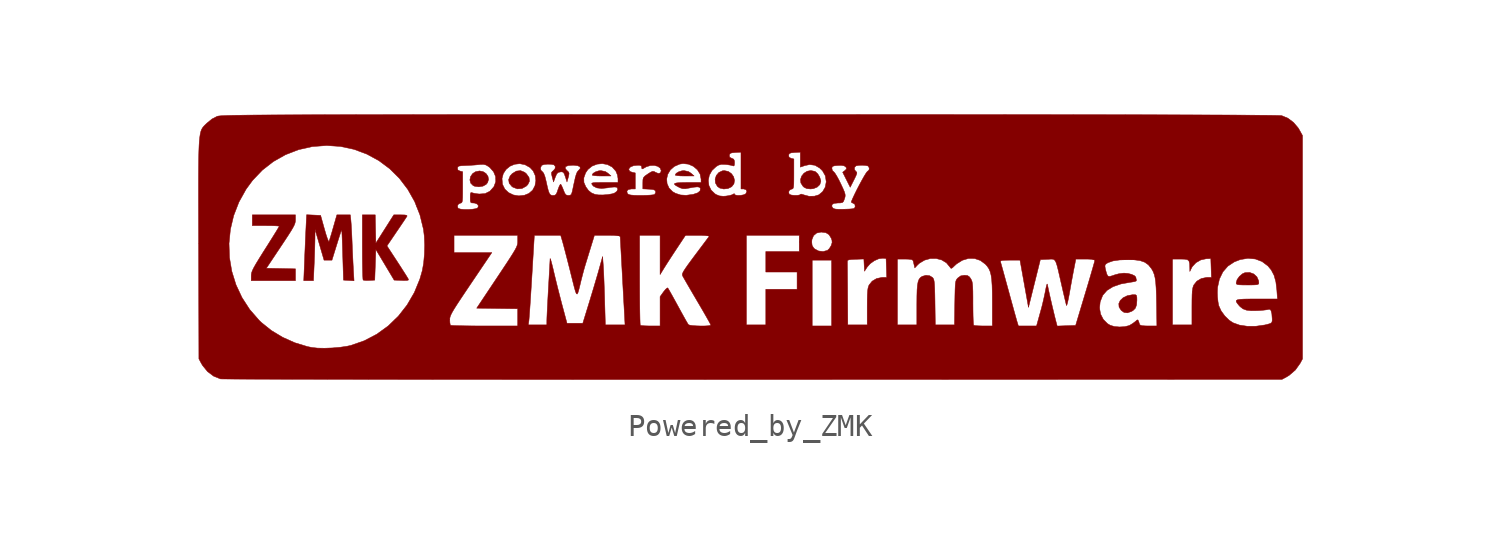
<source format=kicad_sym>
(kicad_symbol_lib
  (version 20211014)
  (generator kicad_symbol_editor)
  (symbol "Powered_by_ZMK"
    (pin_names
      (offset 1.016))
    (property "Reference" "G"
      (at 0 5.373 0)
      (effects (font (size 1.27 1.27)) hide))
    (symbol "Powered_by_ZMK_0_0"
      (polyline (pts (xy -6.326 3.227) (xy -6.463 3.348) (xy -6.578 3.425) (xy -6.782 3.468) (xy -6.883 3.458) (xy -7.027 3.412) (xy -7.137 3.345) (xy -7.18 3.27) (xy -7.172 3.261) (xy -7.092 3.242) (xy -6.945 3.229) (xy -6.753 3.225) (xy -6.326 3.227)) (stroke (width 0.01) (type default) (color 0 0 0 0)) (fill (type outline)))
      (polyline (pts (xy -2.564 3.227) (xy -2.701 3.348) (xy -2.817 3.425) (xy -3.02 3.468) (xy -3.122 3.458) (xy -3.266 3.412) (xy -3.376 3.345) (xy -3.419 3.27) (xy -3.411 3.261) (xy -3.33 3.242) (xy -3.184 3.229) (xy -2.992 3.225) (xy -2.564 3.227)) (stroke (width 0.01) (type default) (color 0 0 0 0)) (fill (type outline)))
      (polyline (pts (xy -12.124 2.765) (xy -11.983 2.842) (xy -11.917 2.921) (xy -11.87 3.067) (xy -11.897 3.211) (xy -11.983 3.334) (xy -12.115 3.421) (xy -12.278 3.454) (xy -12.459 3.418) (xy -12.588 3.336) (xy -12.684 3.2) (xy -12.716 3.047) (xy -12.679 2.901) (xy -12.568 2.79) (xy -12.489 2.757) (xy -12.308 2.735) (xy -12.124 2.765)) (stroke (width 0.01) (type default) (color 0 0 0 0)) (fill (type outline)))
      (polyline (pts (xy -10.357 2.658) (xy -10.164 2.764) (xy -10.091 2.838) (xy -10.016 2.994) (xy -10.038 3.158) (xy -10.156 3.325) (xy -10.239 3.394) (xy -10.422 3.468) (xy -10.614 3.446) (xy -10.802 3.329) (xy -10.895 3.225) (xy -10.961 3.06) (xy -10.935 2.897) (xy -10.815 2.752) (xy -10.766 2.717) (xy -10.566 2.642) (xy -10.357 2.658)) (stroke (width 0.01) (type default) (color 0 0 0 0)) (fill (type outline)))
      (polyline (pts (xy -1.03 2.656) (xy -0.861 2.739) (xy -0.861 2.739) (xy -0.759 2.872) (xy -0.733 3.029) (xy -0.773 3.189) (xy -0.871 3.33) (xy -1.014 3.43) (xy -1.195 3.468) (xy -1.281 3.459) (xy -1.442 3.384) (xy -1.556 3.251) (xy -1.611 3.085) (xy -1.598 2.91) (xy -1.506 2.751) (xy -1.4 2.677) (xy -1.222 2.636) (xy -1.03 2.656)) (stroke (width 0.01) (type default) (color 0 0 0 0)) (fill (type outline)))
      (polyline (pts (xy 17.244 -2.906) (xy 17.309 -2.868) (xy 17.416 -2.763) (xy 17.471 -2.614) (xy 17.487 -2.397) (xy 17.485 -2.281) (xy 17.471 -2.191) (xy 17.432 -2.156) (xy 17.353 -2.15) (xy 17.282 -2.152) (xy 17.05 -2.196) (xy 16.863 -2.287) (xy 16.732 -2.411) (xy 16.667 -2.556) (xy 16.679 -2.71) (xy 16.776 -2.86) (xy 16.906 -2.953) (xy 17.059 -2.972) (xy 17.244 -2.906)) (stroke (width 0.01) (type default) (color 0 0 0 0)) (fill (type outline)))
      (polyline (pts (xy 2.838 2.651) (xy 3.01 2.721) (xy 3.13 2.836) (xy 3.175 2.98) (xy 3.172 3.019) (xy 3.124 3.174) (xy 3.036 3.322) (xy 2.933 3.418) (xy 2.901 3.434) (xy 2.721 3.472) (xy 2.553 3.439) (xy 2.41 3.349) (xy 2.306 3.22) (xy 2.255 3.068) (xy 2.271 2.908) (xy 2.367 2.758) (xy 2.417 2.713) (xy 2.539 2.654) (xy 2.711 2.638) (xy 2.838 2.651)) (stroke (width 0.01) (type default) (color 0 0 0 0)) (fill (type outline)))
      (polyline (pts (xy 22.773 -1.707) (xy 22.901 -1.7) (xy 22.971 -1.683) (xy 23.001 -1.654) (xy 23.006 -1.609) (xy 22.998 -1.521) (xy 22.92 -1.342) (xy 22.778 -1.211) (xy 22.591 -1.143) (xy 22.381 -1.153) (xy 22.27 -1.201) (xy 22.128 -1.32) (xy 22.022 -1.47) (xy 21.981 -1.619) (xy 21.981 -1.623) (xy 21.991 -1.662) (xy 22.03 -1.688) (xy 22.115 -1.702) (xy 22.264 -1.708) (xy 22.494 -1.71) (xy 22.57 -1.71) (xy 22.773 -1.707)) (stroke (width 0.01) (type default) (color 0 0 0 0)) (fill (type outline)))
      (polyline (pts (xy -20.613 -0.98) (xy -21.273 -0.966) (xy -21.932 -0.953) (xy -21.273 0.036) (xy -21.118 0.269) (xy -20.946 0.531) (xy -20.817 0.733) (xy -20.727 0.886) (xy -20.667 1.002) (xy -20.633 1.093) (xy -20.617 1.17) (xy -20.613 1.245) (xy -20.613 1.465) (xy -22.567 1.465) (xy -22.567 0.977) (xy -21.93 0.977) (xy -21.702 0.975) (xy -21.517 0.969) (xy -21.392 0.961) (xy -21.346 0.952) (xy -21.359 0.926) (xy -21.417 0.828) (xy -21.515 0.667) (xy -21.647 0.455) (xy -21.804 0.204) (xy -21.981 -0.075) (xy -22.096 -0.257) (xy -22.271 -0.537) (xy -22.402 -0.753) (xy -22.495 -0.917) (xy -22.557 -1.042) (xy -22.594 -1.139) (xy -22.611 -1.219) (xy -22.616 -1.296) (xy -22.616 -1.514) (xy -20.613 -1.514) (xy -20.613 -0.98)) (stroke (width 0.01) (type default) (color 0 0 0 0)) (fill (type outline)))
      (polyline (pts (xy -15.575 -1.506) (xy -15.505 -1.489) (xy -15.496 -1.456) (xy -15.522 -1.409) (xy -15.594 -1.291) (xy -15.704 -1.118) (xy -15.84 -0.905) (xy -15.995 -0.666) (xy -16.47 0.06) (xy -16.034 0.702) (xy -15.944 0.834) (xy -15.802 1.044) (xy -15.684 1.219) (xy -15.601 1.345) (xy -15.563 1.404) (xy -15.558 1.414) (xy -15.578 1.445) (xy -15.669 1.461) (xy -15.844 1.465) (xy -16.161 1.465) (xy -16.567 0.825) (xy -16.974 0.185) (xy -16.988 0.825) (xy -17.001 1.465) (xy -17.585 1.465) (xy -17.585 0.008) (xy -17.584 -0.116) (xy -17.583 -0.475) (xy -17.579 -0.798) (xy -17.573 -1.073) (xy -17.567 -1.287) (xy -17.559 -1.428) (xy -17.55 -1.484) (xy -17.522 -1.495) (xy -17.417 -1.506) (xy -17.269 -1.504) (xy -17.023 -1.49) (xy -16.998 -0.797) (xy -16.974 -0.104) (xy -16.559 -0.797) (xy -16.144 -1.49) (xy -15.808 -1.504) (xy -15.721 -1.508) (xy -15.575 -1.506)) (stroke (width 0.01) (type default) (color 0 0 0 0)) (fill (type outline)))
      (polyline (pts (xy -17.992 -0.992) (xy -17.992 -0.983) (xy -18.006 -0.722) (xy -18.021 -0.404) (xy -18.037 -0.069) (xy -18.049 0.244) (xy -18.052 0.312) (xy -18.064 0.59) (xy -18.078 0.85) (xy -18.091 1.065) (xy -18.103 1.209) (xy -18.129 1.465) (xy -18.738 1.465) (xy -18.902 0.891) (xy -18.903 0.889) (xy -18.968 0.662) (xy -19.027 0.467) (xy -19.072 0.325) (xy -19.096 0.257) (xy -19.1 0.254) (xy -19.129 0.297) (xy -19.176 0.416) (xy -19.235 0.595) (xy -19.3 0.819) (xy -19.474 1.441) (xy -20.109 1.47) (xy -20.14 0.82) (xy -20.145 0.717) (xy -20.16 0.402) (xy -20.175 0.041) (xy -20.191 -0.329) (xy -20.204 -0.672) (xy -20.238 -1.514) (xy -19.798 -1.514) (xy -19.766 -0.774) (xy -19.763 -0.706) (xy -19.751 -0.399) (xy -19.741 -0.093) (xy -19.734 0.179) (xy -19.73 0.386) (xy -19.727 0.806) (xy -19.523 0.11) (xy -19.319 -0.586) (xy -19.14 -0.586) (xy -18.961 -0.586) (xy -18.783 -0.012) (xy -18.712 0.216) (xy -18.646 0.427) (xy -18.593 0.59) (xy -18.563 0.684) (xy -18.533 0.764) (xy -18.519 0.758) (xy -18.51 0.659) (xy -18.509 0.65) (xy -18.504 0.542) (xy -18.497 0.356) (xy -18.488 0.112) (xy -18.479 -0.176) (xy -18.469 -0.488) (xy -18.439 -1.49) (xy -18.2 -1.505) (xy -17.961 -1.52) (xy -17.992 -0.992)) (stroke (width 0.01) (type default) (color 0 0 0 0)) (fill (type outline)))
      (polyline (pts (xy -2.931 -5.992) (xy -1.429 -5.991) (xy 0.098 -5.991) (xy 24.057 -5.984) (xy 24.259 -5.876) (xy 24.379 -5.803) (xy 24.662 -5.56) (xy 24.877 -5.258) (xy 24.985 -5.056) (xy 24.985 5.056) (xy 24.838 5.32) (xy 24.787 5.404) (xy 24.578 5.65) (xy 24.323 5.841) (xy 24.047 5.956) (xy 23.997 5.96) (xy 23.869 5.965) (xy 23.665 5.969) (xy 23.384 5.973) (xy 23.023 5.976) (xy 22.583 5.979) (xy 22.062 5.983) (xy 21.46 5.986) (xy 20.776 5.988) (xy 20.008 5.991) (xy 19.155 5.993) (xy 18.217 5.996) (xy 17.193 5.998) (xy 16.082 6) (xy 14.883 6.001) (xy 13.594 6.003) (xy 12.215 6.004) (xy 10.746 6.005) (xy 9.184 6.006) (xy 7.529 6.007) (xy 5.781 6.007) (xy 3.938 6.008) (xy 1.998 6.008) (xy -2.608 6.008) (xy -4.302 6.008) (xy -5.905 6.008) (xy -7.418 6.008) (xy -8.846 6.007) (xy -10.189 6.007) (xy -11.451 6.007) (xy -12.635 6.006) (xy -13.742 6.006) (xy -14.776 6.005) (xy -15.738 6.004) (xy -16.632 6.003) (xy -17.46 6.002) (xy -18.225 6.001) (xy -18.929 5.999) (xy -19.574 5.998) (xy -20.164 5.996) (xy -20.701 5.994) (xy -21.186 5.992) (xy -21.624 5.99) (xy -22.017 5.987) (xy -22.366 5.985) (xy -22.674 5.982) (xy -22.945 5.979) (xy -23.181 5.975) (xy -23.384 5.972) (xy -23.557 5.968) (xy -23.701 5.964) (xy -23.821 5.959) (xy -23.919 5.955) (xy -23.996 5.95) (xy -24.056 5.944) (xy -24.101 5.939) (xy -24.133 5.933) (xy -24.156 5.927) (xy -24.161 5.925) (xy -24.395 5.804) (xy -24.626 5.614) (xy -24.635 5.605) (xy -24.695 5.548) (xy -24.748 5.495) (xy -24.794 5.443) (xy -24.835 5.385) (xy -24.871 5.315) (xy -24.901 5.228) (xy -24.926 5.117) (xy -24.947 4.978) (xy -24.965 4.804) (xy -24.978 4.59) (xy -24.988 4.329) (xy -24.996 4.017) (xy -25 3.647) (xy -25.003 3.214) (xy -25.004 2.712) (xy -25.004 2.135) (xy -25.002 1.478) (xy -25 0.734) (xy -24.999 0.169) (xy -23.622 0.169) (xy -23.559 0.806) (xy -23.41 1.434) (xy -23.173 2.044) (xy -22.848 2.627) (xy -22.555 3.026) (xy -22.112 3.49) (xy -21.612 3.879) (xy -21.062 4.189) (xy -20.471 4.417) (xy -19.847 4.557) (xy -19.197 4.605) (xy -18.577 4.563) (xy -17.961 4.431) (xy -17.38 4.215) (xy -16.839 3.921) (xy -16.346 3.553) (xy -15.907 3.118) (xy -15.528 2.62) (xy -15.216 2.067) (xy -15.134 1.859) (xy -13.281 1.859) (xy -13.242 1.946) (xy -13.151 1.994) (xy -13.13 1.997) (xy -13.093 2.012) (xy -13.069 2.048) (xy -13.054 2.121) (xy -13.046 2.246) (xy -13.043 2.438) (xy -13.042 2.713) (xy -13.042 3.417) (xy -13.167 3.449) (xy -13.26 3.496) (xy -13.277 3.584) (xy -13.276 3.59) (xy -13.257 3.643) (xy -13.205 3.674) (xy -13.101 3.69) (xy -12.92 3.698) (xy -12.744 3.706) (xy -12.507 3.721) (xy -12.309 3.739) (xy -12.252 3.745) (xy -12.101 3.75) (xy -11.989 3.723) (xy -11.875 3.656) (xy -11.81 3.607) (xy -11.642 3.415) (xy -11.551 3.196) (xy -11.548 3.109) (xy -11.261 3.109) (xy -11.202 3.334) (xy -11.076 3.523) (xy -10.9 3.667) (xy -10.689 3.756) (xy -10.457 3.782) (xy -10.219 3.735) (xy -9.989 3.606) (xy -9.978 3.593) (xy -9.521 3.593) (xy -9.466 3.703) (xy -9.452 3.713) (xy -9.349 3.745) (xy -9.199 3.76) (xy -9.042 3.756) (xy -8.918 3.732) (xy -8.902 3.724) (xy -8.847 3.651) (xy -8.862 3.552) (xy -8.944 3.461) (xy -8.975 3.439) (xy -9.017 3.388) (xy -9.02 3.311) (xy -8.987 3.174) (xy -8.928 2.955) (xy -8.847 3.175) (xy -8.84 3.193) (xy -8.781 3.323) (xy -8.715 3.386) (xy -8.617 3.409) (xy -8.558 3.413) (xy -8.491 3.395) (xy -8.444 3.328) (xy -8.394 3.19) (xy -8.319 2.955) (xy -8.26 3.165) (xy -8.245 3.221) (xy -8.225 3.332) (xy -8.244 3.4) (xy -8.309 3.463) (xy -8.338 3.487) (xy -8.403 3.581) (xy -8.376 3.652) (xy -8.261 3.697) (xy -8.06 3.712) (xy -8.016 3.712) (xy -7.832 3.69) (xy -7.731 3.641) (xy -7.718 3.567) (xy -7.797 3.473) (xy -7.801 3.47) (xy -7.84 3.428) (xy -7.875 3.365) (xy -7.911 3.265) (xy -7.944 3.14) (xy -7.557 3.14) (xy -7.475 3.367) (xy -7.374 3.516) (xy -7.186 3.67) (xy -6.96 3.76) (xy -6.72 3.785) (xy -6.484 3.742) (xy -6.274 3.631) (xy -6.111 3.451) (xy -6.101 3.435) (xy -6.035 3.272) (xy -6.008 3.108) (xy -6.008 2.931) (xy -6.62 2.931) (xy -6.852 2.93) (xy -7.029 2.927) (xy -7.136 2.918) (xy -7.188 2.902) (xy -7.199 2.876) (xy -7.183 2.837) (xy -7.125 2.766) (xy -6.969 2.686) (xy -6.748 2.66) (xy -6.476 2.689) (xy -6.324 2.714) (xy -6.174 2.726) (xy -6.084 2.719) (xy -6.047 2.697) (xy -6.017 2.622) (xy -6.053 2.545) (xy -5.607 2.545) (xy -5.539 2.612) (xy -5.399 2.638) (xy -5.227 2.638) (xy -5.227 3.363) (xy -5.373 3.395) (xy -5.481 3.439) (xy -5.52 3.522) (xy -5.516 3.551) (xy -5.445 3.635) (xy -5.301 3.692) (xy -5.101 3.712) (xy -5.03 3.709) (xy -4.953 3.683) (xy -4.934 3.615) (xy -4.933 3.587) (xy -4.923 3.545) (xy -4.878 3.555) (xy -4.775 3.615) (xy -4.725 3.642) (xy -4.546 3.698) (xy -4.366 3.703) (xy -4.208 3.662) (xy -4.097 3.581) (xy -4.054 3.464) (xy -4.054 3.456) (xy -4.092 3.363) (xy -4.184 3.34) (xy -4.311 3.391) (xy -4.374 3.428) (xy -4.439 3.436) (xy -4.523 3.401) (xy -4.656 3.317) (xy -4.659 3.315) (xy -4.788 3.225) (xy -4.855 3.151) (xy -4.87 3.094) (xy -3.805 3.094) (xy -3.754 3.306) (xy -3.638 3.5) (xy -3.458 3.658) (xy -3.217 3.763) (xy -3.061 3.787) (xy -2.818 3.76) (xy -2.596 3.662) (xy -2.414 3.507) (xy -2.292 3.309) (xy -2.247 3.08) (xy -2.247 3.026) (xy -1.92 3.026) (xy -1.873 3.259) (xy -1.753 3.475) (xy -1.56 3.655) (xy -1.453 3.718) (xy -1.323 3.752) (xy -1.148 3.747) (xy -1.067 3.739) (xy -0.916 3.715) (xy -0.818 3.689) (xy -0.771 3.677) (xy -0.74 3.712) (xy -0.733 3.824) (xy -0.737 3.908) (xy -0.771 3.987) (xy -0.858 4.026) (xy -0.865 4.028) (xy -0.954 4.076) (xy -0.968 4.166) (xy -0.962 4.194) (xy -0.929 4.247) (xy -0.849 4.274) (xy -0.696 4.289) (xy -0.44 4.303) (xy -0.44 2.638) (xy -0.323 2.638) (xy -0.312 2.638) (xy -0.207 2.6) (xy -0.174 2.518) (xy -0.186 2.494) (xy 1.715 2.494) (xy 1.754 2.581) (xy 1.844 2.629) (xy 1.86 2.631) (xy 1.899 2.644) (xy 1.925 2.677) (xy 1.941 2.745) (xy 1.95 2.865) (xy 1.953 3.051) (xy 1.954 3.32) (xy 1.954 3.995) (xy 1.829 4.026) (xy 1.822 4.028) (xy 1.733 4.076) (xy 1.719 4.166) (xy 1.724 4.194) (xy 1.758 4.247) (xy 1.838 4.274) (xy 1.99 4.289) (xy 2.247 4.303) (xy 2.247 3.626) (xy 2.453 3.697) (xy 2.67 3.742) (xy 2.909 3.71) (xy 3.127 3.582) (xy 3.128 3.581) (xy 3.673 3.581) (xy 3.681 3.617) (xy 3.717 3.664) (xy 3.803 3.689) (xy 3.961 3.702) (xy 4.114 3.704) (xy 4.232 3.684) (xy 4.302 3.635) (xy 4.328 3.6) (xy 4.335 3.541) (xy 4.267 3.474) (xy 4.164 3.395) (xy 4.335 3.054) (xy 4.506 2.714) (xy 4.675 3.05) (xy 4.693 3.084) (xy 4.769 3.244) (xy 4.804 3.342) (xy 4.802 3.397) (xy 4.767 3.429) (xy 4.757 3.435) (xy 4.698 3.518) (xy 4.701 3.615) (xy 4.766 3.683) (xy 4.778 3.686) (xy 4.888 3.705) (xy 5.031 3.712) (xy 5.056 3.712) (xy 5.197 3.702) (xy 5.296 3.683) (xy 5.322 3.668) (xy 5.368 3.588) (xy 5.356 3.495) (xy 5.288 3.434) (xy 5.278 3.428) (xy 5.224 3.356) (xy 5.14 3.22) (xy 5.037 3.037) (xy 4.922 2.826) (xy 4.807 2.604) (xy 4.701 2.389) (xy 4.613 2.2) (xy 4.553 2.054) (xy 4.566 2.024) (xy 4.642 1.988) (xy 4.715 1.946) (xy 4.73 1.847) (xy 4.729 1.84) (xy 4.714 1.79) (xy 4.678 1.758) (xy 4.6 1.739) (xy 4.462 1.728) (xy 4.245 1.72) (xy 4.237 1.72) (xy 4.007 1.717) (xy 3.856 1.724) (xy 3.765 1.745) (xy 3.714 1.781) (xy 3.675 1.843) (xy 3.68 1.929) (xy 3.772 1.984) (xy 3.947 2.003) (xy 4.06 2.005) (xy 4.153 2.023) (xy 4.205 2.078) (xy 4.247 2.192) (xy 4.263 2.242) (xy 4.279 2.321) (xy 4.273 2.403) (xy 4.241 2.509) (xy 4.177 2.66) (xy 4.075 2.878) (xy 3.99 3.051) (xy 3.891 3.231) (xy 3.807 3.363) (xy 3.749 3.425) (xy 3.699 3.469) (xy 3.673 3.581) (xy 3.128 3.581) (xy 3.253 3.456) (xy 3.379 3.233) (xy 3.419 2.97) (xy 3.419 2.958) (xy 3.374 2.718) (xy 3.256 2.514) (xy 3.082 2.371) (xy 2.885 2.311) (xy 2.64 2.307) (xy 2.406 2.369) (xy 2.381 2.379) (xy 2.285 2.405) (xy 2.247 2.391) (xy 2.21 2.364) (xy 2.109 2.349) (xy 1.978 2.348) (xy 1.852 2.36) (xy 1.766 2.388) (xy 1.741 2.409) (xy 1.715 2.494) (xy -0.186 2.494) (xy -0.225 2.419) (xy -0.234 2.412) (xy -0.325 2.372) (xy -0.454 2.349) (xy -0.587 2.345) (xy -0.691 2.361) (xy -0.733 2.399) (xy -0.745 2.428) (xy -0.803 2.396) (xy -0.845 2.374) (xy -0.972 2.338) (xy -1.132 2.314) (xy -1.245 2.307) (xy -1.414 2.323) (xy -1.563 2.383) (xy -1.619 2.418) (xy -1.792 2.586) (xy -1.893 2.795) (xy -1.92 3.026) (xy -2.247 3.026) (xy -2.247 2.931) (xy -2.884 2.931) (xy -3.161 2.926) (xy -3.345 2.913) (xy -3.442 2.888) (xy -3.455 2.848) (xy -3.389 2.791) (xy -3.249 2.715) (xy -3.184 2.684) (xy -3.074 2.65) (xy -2.955 2.649) (xy -2.785 2.679) (xy -2.584 2.716) (xy -2.421 2.732) (xy -2.325 2.718) (xy -2.282 2.674) (xy -2.278 2.66) (xy -2.293 2.551) (xy -2.399 2.462) (xy -2.591 2.398) (xy -2.624 2.391) (xy -2.925 2.35) (xy -3.176 2.366) (xy -3.406 2.441) (xy -3.537 2.516) (xy -3.699 2.682) (xy -3.787 2.88) (xy -3.805 3.094) (xy -4.87 3.094) (xy -4.881 3.056) (xy -4.885 2.904) (xy -4.885 2.643) (xy -4.604 2.628) (xy -4.55 2.625) (xy -4.408 2.608) (xy -4.335 2.576) (xy -4.306 2.521) (xy -4.307 2.465) (xy -4.355 2.388) (xy -4.409 2.374) (xy -4.546 2.359) (xy -4.739 2.349) (xy -4.964 2.345) (xy -5.024 2.345) (xy -5.261 2.349) (xy -5.42 2.362) (xy -5.517 2.384) (xy -5.568 2.417) (xy -5.591 2.45) (xy -5.607 2.545) (xy -6.053 2.545) (xy -6.059 2.532) (xy -6.165 2.453) (xy -6.269 2.418) (xy -6.466 2.384) (xy -6.69 2.366) (xy -6.901 2.369) (xy -7.058 2.395) (xy -7.21 2.459) (xy -7.344 2.566) (xy -7.467 2.736) (xy -7.553 2.934) (xy -7.557 3.14) (xy -7.944 3.14) (xy -7.951 3.115) (xy -8 2.898) (xy -8.063 2.601) (xy -8.087 2.495) (xy -8.122 2.396) (xy -8.171 2.353) (xy -8.252 2.345) (xy -8.28 2.345) (xy -8.358 2.367) (xy -8.415 2.436) (xy -8.475 2.577) (xy -8.506 2.658) (xy -8.561 2.783) (xy -8.599 2.851) (xy -8.626 2.84) (xy -8.672 2.757) (xy -8.724 2.619) (xy -8.765 2.494) (xy -8.813 2.396) (xy -8.868 2.354) (xy -8.949 2.345) (xy -9.007 2.348) (xy -9.067 2.372) (xy -9.114 2.432) (xy -9.158 2.542) (xy -9.204 2.719) (xy -9.261 2.976) (xy -9.315 3.193) (xy -9.375 3.351) (xy -9.436 3.424) (xy -9.498 3.482) (xy -9.521 3.593) (xy -9.978 3.593) (xy -9.849 3.452) (xy -9.755 3.24) (xy -9.729 3.008) (xy -9.769 2.782) (xy -9.874 2.583) (xy -10.043 2.436) (xy -10.244 2.354) (xy -10.498 2.325) (xy -10.744 2.366) (xy -10.963 2.471) (xy -11.134 2.632) (xy -11.237 2.842) (xy -11.241 2.856) (xy -11.261 3.109) (xy -11.548 3.109) (xy -11.544 2.966) (xy -11.625 2.747) (xy -11.636 2.73) (xy -11.809 2.535) (xy -12.025 2.428) (xy -12.285 2.409) (xy -12.366 2.417) (xy -12.517 2.44) (xy -12.614 2.466) (xy -12.64 2.475) (xy -12.679 2.465) (xy -12.696 2.397) (xy -12.7 2.252) (xy -12.698 2.128) (xy -12.684 2.042) (xy -12.642 2.008) (xy -12.559 2.003) (xy -12.494 1.997) (xy -12.38 1.951) (xy -12.329 1.873) (xy -12.358 1.783) (xy -12.365 1.776) (xy -12.455 1.743) (xy -12.607 1.72) (xy -12.791 1.708) (xy -12.976 1.709) (xy -13.133 1.724) (xy -13.23 1.753) (xy -13.255 1.774) (xy -13.281 1.859) (xy -15.134 1.859) (xy -14.977 1.463) (xy -14.818 0.813) (xy -14.78 0.503) (xy -14.763 0.099) (xy -14.774 -0.321) (xy -14.81 -0.721) (xy -14.871 -1.063) (xy -14.981 -1.444) (xy -15.232 -2.055) (xy -15.559 -2.616) (xy -15.955 -3.122) (xy -16.123 -3.284) (xy -13.628 -3.284) (xy -13.628 -3.26) (xy -13.621 -3.196) (xy -13.602 -3.126) (xy -13.565 -3.039) (xy -13.506 -2.926) (xy -13.418 -2.778) (xy -13.296 -2.587) (xy -13.135 -2.342) (xy -12.93 -2.035) (xy -12.675 -1.656) (xy -11.722 -0.244) (xy -13.433 -0.244) (xy -13.433 0.537) (xy -10.551 0.537) (xy -10.551 0.281) (xy -10.552 0.215) (xy -10.559 0.148) (xy -10.578 0.076) (xy -10.613 -0.011) (xy -10.671 -0.121) (xy -10.756 -0.265) (xy -10.874 -0.452) (xy -11.03 -0.692) (xy -11.23 -0.994) (xy -11.479 -1.368) (xy -12.407 -2.76) (xy -11.479 -2.773) (xy -10.551 -2.786) (xy -10.551 -3.517) (xy -10.071 -3.517) (xy -10.044 -3.334) (xy -10.044 -3.331) (xy -10.035 -3.235) (xy -10.021 -3.055) (xy -10.002 -2.802) (xy -9.981 -2.489) (xy -9.958 -2.127) (xy -9.933 -1.729) (xy -9.907 -1.307) (xy -9.797 0.537) (xy -8.604 0.537) (xy -8.521 0.256) (xy -8.506 0.203) (xy -8.46 0.034) (xy -8.398 -0.203) (xy -8.323 -0.491) (xy -8.241 -0.812) (xy -8.156 -1.147) (xy -8.145 -1.195) (xy -8.055 -1.554) (xy -7.987 -1.823) (xy -7.935 -2.005) (xy -7.894 -2.104) (xy -7.859 -2.122) (xy -7.824 -2.065) (xy -7.784 -1.933) (xy -7.734 -1.733) (xy -7.67 -1.465) (xy -7.657 -1.417) (xy -7.599 -1.192) (xy -7.543 -0.984) (xy -7.498 -0.83) (xy -7.462 -0.713) (xy -7.402 -0.518) (xy -7.33 -0.283) (xy -7.254 -0.037) (xy -7.077 0.537) (xy -6.494 0.537) (xy -5.031 0.537) (xy -4.103 0.537) (xy -0.195 0.537) (xy 2.198 0.537) (xy 2.198 0.236) (xy 2.762 0.236) (xy 2.772 0.345) (xy 2.847 0.526) (xy 2.988 0.643) (xy 3.187 0.684) (xy 3.199 0.684) (xy 3.405 0.656) (xy 3.546 0.569) (xy 3.644 0.411) (xy 3.678 0.317) (xy 3.686 0.208) (xy 3.644 0.077) (xy 3.637 0.062) (xy 3.56 -0.063) (xy 3.475 -0.143) (xy 3.471 -0.145) (xy 3.279 -0.195) (xy 3.073 -0.171) (xy 2.898 -0.079) (xy 2.851 -0.034) (xy 2.781 0.079) (xy 2.762 0.236) (xy 2.198 0.236) (xy 2.198 -0.195) (xy 0.684 -0.195) (xy 0.684 -0.586) (xy 2.784 -0.586) (xy 3.663 -0.586) (xy 3.663 -0.672) (xy 4.375 -0.672) (xy 4.375 -0.639) (xy 4.392 -0.596) (xy 4.446 -0.571) (xy 4.558 -0.557) (xy 4.748 -0.547) (xy 5.124 -0.533) (xy 5.138 -0.811) (xy 5.153 -1.088) (xy 5.275 -0.898) (xy 5.412 -0.743) (xy 5.599 -0.61) (xy 5.801 -0.522) (xy 5.984 -0.499) (xy 6.13 -0.513) (xy 6.131 -0.537) (xy 6.643 -0.537) (xy 6.987 -0.537) (xy 7.141 -0.541) (xy 7.29 -0.561) (xy 7.349 -0.598) (xy 7.369 -0.676) (xy 7.398 -0.799) (xy 7.429 -0.938) (xy 7.542 -0.816) (xy 7.636 -0.727) (xy 7.872 -0.586) (xy 8.132 -0.514) (xy 8.396 -0.511) (xy 8.646 -0.576) (xy 8.862 -0.707) (xy 9.024 -0.903) (xy 9.041 -0.933) (xy 9.079 -0.96) (xy 9.134 -0.931) (xy 9.232 -0.838) (xy 9.323 -0.755) (xy 9.585 -0.591) (xy 9.862 -0.509) (xy 10.138 -0.512) (xy 10.399 -0.6) (xy 10.463 -0.647) (xy 11.307 -0.647) (xy 11.314 -0.622) (xy 11.379 -0.601) (xy 11.517 -0.59) (xy 11.74 -0.586) (xy 12.193 -0.586) (xy 12.385 -1.656) (xy 12.577 -2.726) (xy 12.846 -1.644) (xy 13.115 -0.562) (xy 13.445 -0.547) (xy 13.471 -0.546) (xy 13.579 -0.539) (xy 13.663 -0.54) (xy 13.728 -0.558) (xy 13.78 -0.605) (xy 13.826 -0.693) (xy 13.871 -0.831) (xy 13.922 -1.031) (xy 13.985 -1.304) (xy 14.066 -1.661) (xy 14.067 -1.665) (xy 14.133 -1.953) (xy 14.193 -2.21) (xy 14.243 -2.421) (xy 14.279 -2.569) (xy 14.298 -2.638) (xy 14.301 -2.642) (xy 14.321 -2.601) (xy 14.353 -2.483) (xy 14.391 -2.303) (xy 14.434 -2.076) (xy 14.478 -1.823) (xy 14.534 -1.514) (xy 14.588 -1.223) (xy 14.633 -0.989) (xy 14.722 -0.537) (xy 15.152 -0.537) (xy 19.099 -0.537) (xy 19.459 -0.537) (xy 19.637 -0.541) (xy 19.771 -0.563) (xy 19.843 -0.624) (xy 19.873 -0.739) (xy 19.881 -0.928) (xy 19.883 -1.099) (xy 19.963 -0.935) (xy 19.997 -0.876) (xy 20.161 -0.701) (xy 20.379 -0.576) (xy 20.619 -0.523) (xy 20.833 -0.513) (xy 20.861 -1.368) (xy 20.676 -1.368) (xy 20.638 -1.369) (xy 20.401 -1.42) (xy 20.2 -1.539) (xy 20.064 -1.71) (xy 20.042 -1.759) (xy 20.015 -1.851) (xy 19.997 -1.974) (xy 19.993 -2.027) (xy 21.128 -2.027) (xy 21.14 -1.814) (xy 21.223 -1.44) (xy 21.379 -1.118) (xy 21.606 -0.857) (xy 21.898 -0.664) (xy 22.167 -0.56) (xy 22.515 -0.503) (xy 22.848 -0.533) (xy 23.153 -0.649) (xy 23.418 -0.848) (xy 23.57 -1.031) (xy 23.697 -1.274) (xy 23.779 -1.571) (xy 23.823 -1.942) (xy 23.851 -2.345) (xy 22.916 -2.345) (xy 22.606 -2.345) (xy 22.34 -2.349) (xy 22.155 -2.36) (xy 22.04 -2.381) (xy 21.986 -2.415) (xy 21.985 -2.465) (xy 22.027 -2.535) (xy 22.102 -2.628) (xy 22.161 -2.692) (xy 22.291 -2.792) (xy 22.45 -2.851) (xy 22.66 -2.875) (xy 22.943 -2.871) (xy 23.021 -2.867) (xy 23.217 -2.851) (xy 23.371 -2.832) (xy 23.456 -2.813) (xy 23.494 -2.806) (xy 23.556 -2.862) (xy 23.596 -3.01) (xy 23.613 -3.244) (xy 23.613 -3.334) (xy 23.593 -3.411) (xy 23.526 -3.455) (xy 23.389 -3.495) (xy 23.277 -3.521) (xy 22.878 -3.578) (xy 22.489 -3.58) (xy 22.134 -3.527) (xy 21.838 -3.421) (xy 21.669 -3.309) (xy 21.466 -3.111) (xy 21.298 -2.88) (xy 21.194 -2.65) (xy 21.191 -2.642) (xy 21.159 -2.471) (xy 21.136 -2.251) (xy 21.128 -2.027) (xy 19.993 -2.027) (xy 19.985 -2.146) (xy 19.98 -2.382) (xy 19.978 -2.699) (xy 19.978 -3.517) (xy 19.099 -3.517) (xy 19.099 -0.537) (xy 15.152 -0.537) (xy 15.268 -0.538) (xy 15.45 -0.547) (xy 15.55 -0.567) (xy 15.58 -0.598) (xy 15.578 -0.613) (xy 15.553 -0.709) (xy 15.504 -0.882) (xy 15.436 -1.119) (xy 15.351 -1.41) (xy 15.253 -1.741) (xy 15.145 -2.1) (xy 14.947 -2.758) (xy 15.794 -2.758) (xy 15.823 -2.472) (xy 15.934 -2.19) (xy 15.948 -2.167) (xy 16.134 -1.955) (xy 16.406 -1.787) (xy 16.765 -1.663) (xy 17.209 -1.584) (xy 17.243 -1.58) (xy 17.391 -1.555) (xy 17.459 -1.524) (xy 17.465 -1.48) (xy 17.454 -1.446) (xy 17.438 -1.365) (xy 17.435 -1.35) (xy 17.372 -1.287) (xy 17.245 -1.23) (xy 17.084 -1.189) (xy 16.915 -1.175) (xy 16.862 -1.177) (xy 16.662 -1.204) (xy 16.486 -1.251) (xy 16.39 -1.286) (xy 16.257 -1.324) (xy 16.177 -1.308) (xy 16.128 -1.229) (xy 16.083 -1.077) (xy 16.053 -0.952) (xy 16.038 -0.85) (xy 16.054 -0.791) (xy 16.102 -0.746) (xy 16.181 -0.698) (xy 16.403 -0.621) (xy 16.706 -0.577) (xy 17.096 -0.562) (xy 17.352 -0.57) (xy 17.629 -0.606) (xy 17.841 -0.68) (xy 18.007 -0.798) (xy 18.143 -0.966) (xy 18.151 -0.977) (xy 18.218 -1.096) (xy 18.27 -1.228) (xy 18.309 -1.387) (xy 18.337 -1.587) (xy 18.356 -1.843) (xy 18.369 -2.168) (xy 18.377 -2.577) (xy 18.391 -3.566) (xy 18.011 -3.566) (xy 17.887 -3.564) (xy 17.73 -3.554) (xy 17.643 -3.531) (xy 17.608 -3.493) (xy 17.602 -3.474) (xy 17.56 -3.344) (xy 17.529 -3.29) (xy 17.49 -3.299) (xy 17.425 -3.357) (xy 17.302 -3.45) (xy 17.16 -3.536) (xy 17.128 -3.55) (xy 16.932 -3.598) (xy 16.696 -3.611) (xy 16.463 -3.59) (xy 16.277 -3.534) (xy 16.157 -3.462) (xy 15.966 -3.27) (xy 15.843 -3.03) (xy 15.794 -2.758) (xy 14.947 -2.758) (xy 14.712 -3.541) (xy 14.294 -3.555) (xy 13.877 -3.57) (xy 13.828 -3.385) (xy 13.811 -3.321) (xy 13.762 -3.127) (xy 13.704 -2.884) (xy 13.64 -2.617) (xy 13.578 -2.349) (xy 13.523 -2.105) (xy 13.48 -1.909) (xy 13.455 -1.783) (xy 13.453 -1.773) (xy 13.436 -1.691) (xy 13.421 -1.666) (xy 13.402 -1.707) (xy 13.374 -1.824) (xy 13.334 -2.027) (xy 13.323 -2.083) (xy 13.27 -2.329) (xy 13.214 -2.57) (xy 13.166 -2.76) (xy 13.131 -2.883) (xy 13.068 -3.111) (xy 13.013 -3.309) (xy 12.941 -3.566) (xy 12.121 -3.566) (xy 12.072 -3.407) (xy 12.047 -3.325) (xy 12.001 -3.16) (xy 11.936 -2.929) (xy 11.858 -2.645) (xy 11.769 -2.324) (xy 11.675 -1.978) (xy 11.582 -1.64) (xy 11.497 -1.33) (xy 11.424 -1.063) (xy 11.365 -0.852) (xy 11.325 -0.709) (xy 11.307 -0.647) (xy 10.463 -0.647) (xy 10.63 -0.773) (xy 10.704 -0.856) (xy 10.781 -0.968) (xy 10.84 -1.1) (xy 10.883 -1.264) (xy 10.912 -1.472) (xy 10.93 -1.739) (xy 10.939 -2.077) (xy 10.941 -2.5) (xy 10.941 -3.566) (xy 10.534 -3.566) (xy 10.47 -3.565) (xy 10.289 -3.559) (xy 10.156 -3.548) (xy 10.095 -3.533) (xy 10.094 -3.531) (xy 10.084 -3.464) (xy 10.075 -3.316) (xy 10.068 -3.103) (xy 10.064 -2.84) (xy 10.062 -2.544) (xy 10.062 -2.255) (xy 10.059 -1.993) (xy 10.052 -1.8) (xy 10.041 -1.663) (xy 10.024 -1.565) (xy 9.999 -1.492) (xy 9.965 -1.429) (xy 9.906 -1.345) (xy 9.818 -1.284) (xy 9.681 -1.27) (xy 9.675 -1.27) (xy 9.507 -1.299) (xy 9.375 -1.396) (xy 9.347 -1.427) (xy 9.314 -1.473) (xy 9.289 -1.532) (xy 9.272 -1.619) (xy 9.261 -1.747) (xy 9.253 -1.93) (xy 9.247 -2.183) (xy 9.241 -2.519) (xy 9.226 -3.517) (xy 8.358 -3.517) (xy 8.343 -2.496) (xy 8.343 -2.467) (xy 8.337 -2.129) (xy 8.33 -1.874) (xy 8.321 -1.689) (xy 8.308 -1.56) (xy 8.291 -1.473) (xy 8.267 -1.415) (xy 8.235 -1.373) (xy 8.104 -1.292) (xy 7.933 -1.272) (xy 7.764 -1.32) (xy 7.757 -1.324) (xy 7.68 -1.378) (xy 7.622 -1.453) (xy 7.58 -1.561) (xy 7.551 -1.716) (xy 7.533 -1.93) (xy 7.525 -2.216) (xy 7.522 -2.586) (xy 7.522 -3.517) (xy 6.643 -3.517) (xy 6.643 -0.537) (xy 6.131 -0.537) (xy 6.158 -1.368) (xy 5.973 -1.368) (xy 5.936 -1.369) (xy 5.698 -1.42) (xy 5.498 -1.539) (xy 5.361 -1.71) (xy 5.339 -1.759) (xy 5.312 -1.851) (xy 5.294 -1.974) (xy 5.283 -2.146) (xy 5.277 -2.382) (xy 5.275 -2.699) (xy 5.275 -3.517) (xy 4.396 -3.517) (xy 4.387 -2.149) (xy 4.387 -2.115) (xy 4.385 -1.756) (xy 4.382 -1.426) (xy 4.38 -1.139) (xy 4.378 -0.908) (xy 4.376 -0.748) (xy 4.375 -0.672) (xy 3.663 -0.672) (xy 3.663 -3.566) (xy 2.784 -3.566) (xy 2.784 -0.586) (xy 0.684 -0.586) (xy 0.684 -1.123) (xy 2.1 -1.123) (xy 2.1 -1.905) (xy 0.684 -1.905) (xy 0.684 -3.517) (xy -0.195 -3.517) (xy -0.195 0.537) (xy -4.103 0.537) (xy -4.103 -1.239) (xy -3.92 -0.941) (xy -3.907 -0.92) (xy -3.802 -0.754) (xy -3.663 -0.538) (xy -3.505 -0.295) (xy -3.346 -0.054) (xy -2.955 0.535) (xy -2.4 0.536) (xy -2.266 0.536) (xy -2.066 0.532) (xy -1.944 0.521) (xy -1.89 0.503) (xy -1.892 0.476) (xy -1.896 0.47) (xy -1.95 0.4) (xy -2.05 0.266) (xy -2.188 0.082) (xy -2.354 -0.139) (xy -2.538 -0.384) (xy -2.679 -0.574) (xy -2.848 -0.804) (xy -2.967 -0.975) (xy -3.044 -1.097) (xy -3.086 -1.183) (xy -3.098 -1.243) (xy -3.088 -1.288) (xy -3.066 -1.331) (xy -2.996 -1.454) (xy -2.89 -1.639) (xy -2.754 -1.873) (xy -2.596 -2.143) (xy -2.424 -2.436) (xy -2.292 -2.66) (xy -2.135 -2.929) (xy -2.002 -3.162) (xy -1.898 -3.346) (xy -1.831 -3.471) (xy -1.807 -3.523) (xy -1.829 -3.539) (xy -1.925 -3.557) (xy -2.078 -3.566) (xy -2.262 -3.567) (xy -2.454 -3.561) (xy -2.627 -3.549) (xy -2.758 -3.53) (xy -2.822 -3.505) (xy -2.855 -3.452) (xy -2.929 -3.326) (xy -3.032 -3.142) (xy -3.157 -2.916) (xy -3.296 -2.662) (xy -3.424 -2.428) (xy -3.548 -2.203) (xy -3.65 -2.021) (xy -3.722 -1.896) (xy -3.756 -1.843) (xy -3.785 -1.847) (xy -3.857 -1.91) (xy -3.948 -2.022) (xy -4.103 -2.239) (xy -4.103 -3.566) (xy -4.535 -3.566) (xy -4.621 -3.565) (xy -4.804 -3.559) (xy -4.938 -3.548) (xy -4.999 -3.533) (xy -5.002 -3.52) (xy -5.009 -3.425) (xy -5.015 -3.246) (xy -5.02 -2.996) (xy -5.025 -2.684) (xy -5.028 -2.321) (xy -5.03 -1.917) (xy -5.031 -1.482) (xy -5.031 0.537) (xy -6.494 0.537) (xy -6.406 0.537) (xy -6.185 0.535) (xy -6.041 0.527) (xy -5.957 0.513) (xy -5.918 0.488) (xy -5.907 0.452) (xy -5.907 0.442) (xy -5.902 0.349) (xy -5.892 0.173) (xy -5.879 -0.076) (xy -5.862 -0.386) (xy -5.842 -0.747) (xy -5.82 -1.147) (xy -5.797 -1.575) (xy -5.69 -3.517) (xy -6.582 -3.517) (xy -6.614 -2.381) (xy -6.617 -2.251) (xy -6.629 -1.897) (xy -6.641 -1.558) (xy -6.653 -1.254) (xy -6.665 -1.005) (xy -6.675 -0.833) (xy -6.705 -0.42) (xy -6.868 -1.004) (xy -6.922 -1.194) (xy -7.009 -1.49) (xy -7.109 -1.829) (xy -7.215 -2.18) (xy -7.317 -2.516) (xy -7.603 -3.444) (xy -8.318 -3.444) (xy -8.534 -2.638) (xy -8.561 -2.538) (xy -8.653 -2.182) (xy -8.75 -1.801) (xy -8.84 -1.435) (xy -8.915 -1.123) (xy -8.946 -0.988) (xy -8.999 -0.774) (xy -9.042 -0.615) (xy -9.072 -0.523) (xy -9.083 -0.513) (xy -9.086 -0.567) (xy -9.094 -0.711) (xy -9.106 -0.925) (xy -9.121 -1.198) (xy -9.139 -1.513) (xy -9.159 -1.856) (xy -9.174 -2.125) (xy -9.192 -2.462) (xy -9.208 -2.764) (xy -9.22 -3.017) (xy -9.228 -3.204) (xy -9.231 -3.309) (xy -9.232 -3.517) (xy -10.071 -3.517) (xy -10.551 -3.517) (xy -10.551 -3.566) (xy -12.057 -3.566) (xy -12.223 -3.566) (xy -12.585 -3.564) (xy -12.91 -3.56) (xy -13.185 -3.555) (xy -13.4 -3.549) (xy -13.54 -3.541) (xy -13.595 -3.533) (xy -13.604 -3.517) (xy -13.621 -3.423) (xy -13.628 -3.284) (xy -16.123 -3.284) (xy -16.414 -3.565) (xy -16.93 -3.938) (xy -17.495 -4.234) (xy -18.104 -4.446) (xy -18.281 -4.485) (xy -18.595 -4.531) (xy -18.944 -4.561) (xy -19.294 -4.574) (xy -19.615 -4.568) (xy -19.872 -4.54) (xy -20.074 -4.498) (xy -20.643 -4.325) (xy -21.195 -4.078) (xy -21.707 -3.769) (xy -22.153 -3.411) (xy -22.253 -3.315) (xy -22.684 -2.821) (xy -23.035 -2.279) (xy -23.306 -1.701) (xy -23.495 -1.093) (xy -23.601 -0.467) (xy -23.622 0.169) (xy -24.999 0.169) (xy -24.998 -0.101) (xy -24.985 -5.056) (xy -24.877 -5.258) (xy -24.82 -5.354) (xy -24.595 -5.631) (xy -24.319 -5.838) (xy -24.008 -5.963) (xy -23.976 -5.964) (xy -23.851 -5.966) (xy -23.632 -5.968) (xy -23.324 -5.971) (xy -22.93 -5.973) (xy -22.451 -5.975) (xy -21.892 -5.976) (xy -21.256 -5.978) (xy -20.544 -5.98) (xy -19.761 -5.981) (xy -18.909 -5.983) (xy -17.991 -5.984) (xy -17.011 -5.986) (xy -15.971 -5.987) (xy -14.873 -5.988) (xy -13.722 -5.989) (xy -12.52 -5.989) (xy -11.27 -5.99) (xy -9.975 -5.991) (xy -8.639 -5.991) (xy -7.263 -5.992) (xy -5.851 -5.992) (xy -4.406 -5.992) (xy -2.931 -5.992)) (stroke (width 0.01) (type default) (color 0 0 0 0)) (fill (type outline))))))
</source>
